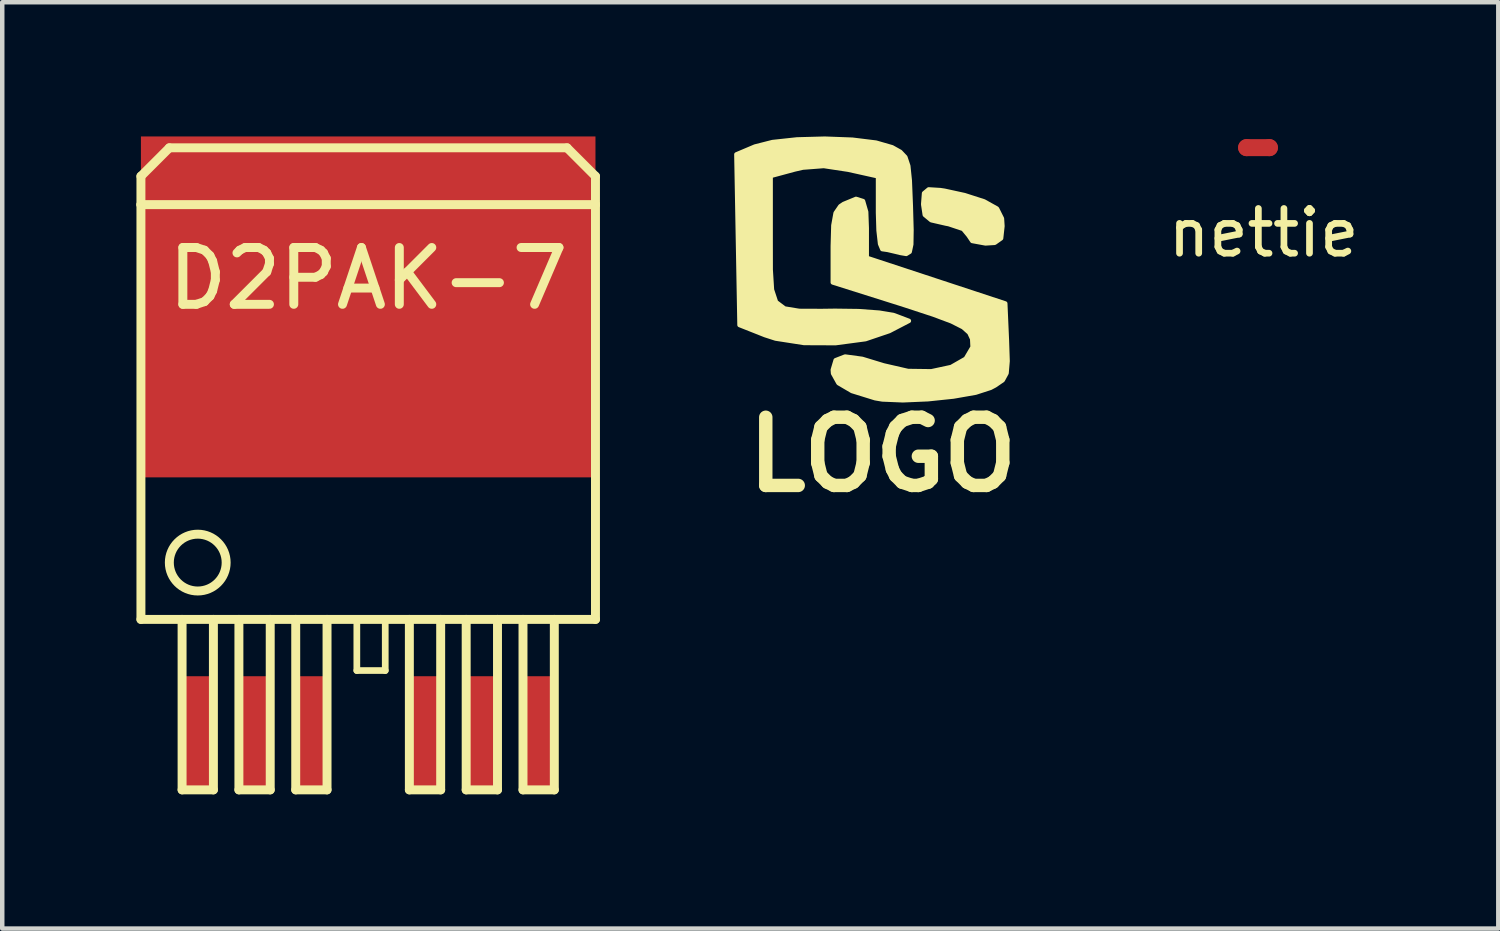
<source format=kicad_pcb>
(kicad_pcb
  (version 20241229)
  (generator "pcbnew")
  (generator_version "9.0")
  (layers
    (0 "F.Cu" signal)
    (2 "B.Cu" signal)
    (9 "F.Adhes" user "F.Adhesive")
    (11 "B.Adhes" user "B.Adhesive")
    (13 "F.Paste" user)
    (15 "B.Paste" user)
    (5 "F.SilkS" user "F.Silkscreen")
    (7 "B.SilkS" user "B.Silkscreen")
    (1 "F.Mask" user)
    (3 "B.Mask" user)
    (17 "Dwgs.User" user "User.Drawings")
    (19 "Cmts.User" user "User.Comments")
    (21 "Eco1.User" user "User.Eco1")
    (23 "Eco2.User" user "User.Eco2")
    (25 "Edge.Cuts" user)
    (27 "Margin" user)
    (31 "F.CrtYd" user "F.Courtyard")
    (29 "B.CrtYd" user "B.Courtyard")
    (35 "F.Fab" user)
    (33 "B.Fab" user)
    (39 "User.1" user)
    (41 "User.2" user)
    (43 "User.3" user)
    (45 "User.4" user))
  (footprint "D2PAK-7"
    (layer "F.Cu")
    (at 5.18 13.335)
    (property "Reference" "D2PAK-7" (at 0 -10.16 0) (layer "F.SilkS") (effects (font (size 1.27 1.27) (thickness 0.2))))
    (attr smd)
    (fp_line (start -5.08 -12.446) (end -4.445 -13.081) (stroke (width 0.2) (type solid)) (layer "F.SilkS"))
    (fp_line (start -5.08 -11.811) (end -5.08 -12.446) (stroke (width 0.2) (type solid)) (layer "F.SilkS"))
    (fp_line (start -5.08 -11.811) (end -5.08 -2.54) (stroke (width 0.2) (type solid)) (layer "F.SilkS"))
    (fp_line (start -5.08 -2.54) (end 5.08 -2.54) (stroke (width 0.2) (type solid)) (layer "F.SilkS"))
    (fp_line (start -4.445 -13.081) (end 4.445 -13.081) (stroke (width 0.2) (type solid)) (layer "F.SilkS"))
    (fp_line (start -4.16 -2.54) (end -4.16 1.27) (stroke (width 0.2) (type solid)) (layer "F.SilkS"))
    (fp_line (start -4.16 1.27) (end -3.46 1.27) (stroke (width 0.2) (type solid)) (layer "F.SilkS"))
    (fp_line (start -3.46 1.27) (end -3.46 -2.54) (stroke (width 0.2) (type solid)) (layer "F.SilkS"))
    (fp_line (start -2.89 -2.54) (end -2.89 1.27) (stroke (width 0.2) (type solid)) (layer "F.SilkS"))
    (fp_line (start -2.89 1.27) (end -2.19 1.27) (stroke (width 0.2) (type solid)) (layer "F.SilkS"))
    (fp_line (start -2.19 1.27) (end -2.19 -2.54) (stroke (width 0.2) (type solid)) (layer "F.SilkS"))
    (fp_line (start -1.62 -2.54) (end -1.62 1.27) (stroke (width 0.2) (type solid)) (layer "F.SilkS"))
    (fp_line (start -1.62 1.27) (end -0.92 1.27) (stroke (width 0.2) (type solid)) (layer "F.SilkS"))
    (fp_line (start -0.92 1.27) (end -0.92 -2.54) (stroke (width 0.2) (type solid)) (layer "F.SilkS"))
    (fp_line (start -0.254 -1.397) (end -0.254 -2.54) (stroke (width 0.15) (type solid)) (layer "F.SilkS"))
    (fp_line (start -0.254 -1.397) (end 0.381 -1.397) (stroke (width 0.15) (type solid)) (layer "F.SilkS"))
    (fp_line (start 0.381 -1.397) (end 0.381 -2.54) (stroke (width 0.15) (type solid)) (layer "F.SilkS"))
    (fp_line (start 0.92 -2.54) (end 0.92 1.27) (stroke (width 0.2) (type solid)) (layer "F.SilkS"))
    (fp_line (start 0.92 1.27) (end 1.62 1.27) (stroke (width 0.2) (type solid)) (layer "F.SilkS"))
    (fp_line (start 1.62 1.27) (end 1.62 -2.54) (stroke (width 0.2) (type solid)) (layer "F.SilkS"))
    (fp_line (start 2.19 -2.54) (end 2.19 1.27) (stroke (width 0.2) (type solid)) (layer "F.SilkS"))
    (fp_line (start 2.19 1.27) (end 2.89 1.27) (stroke (width 0.2) (type solid)) (layer "F.SilkS"))
    (fp_line (start 2.89 1.27) (end 2.89 -2.54) (stroke (width 0.2) (type solid)) (layer "F.SilkS"))
    (fp_line (start 3.46 -2.54) (end 3.46 1.27) (stroke (width 0.2) (type solid)) (layer "F.SilkS"))
    (fp_line (start 3.46 1.27) (end 4.16 1.27) (stroke (width 0.2) (type solid)) (layer "F.SilkS"))
    (fp_line (start 4.16 1.27) (end 4.16 -2.54) (stroke (width 0.2) (type solid)) (layer "F.SilkS"))
    (fp_line (start 4.445 -13.081) (end 5.08 -12.446) (stroke (width 0.2) (type solid)) (layer "F.SilkS"))
    (fp_line (start 5.08 -12.446) (end 5.08 -11.811) (stroke (width 0.2) (type solid)) (layer "F.SilkS"))
    (fp_line (start 5.08 -11.811) (end -5.08 -11.811) (stroke (width 0.2) (type solid)) (layer "F.SilkS"))
    (fp_line (start 5.08 -2.54) (end 5.08 -11.811) (stroke (width 0.2) (type solid)) (layer "F.SilkS"))
    (fp_circle (center -3.81 -3.81) (end -4.445 -3.81) (stroke (width 0.2) (type solid)) (fill no) (layer "F.SilkS"))
    (pad "1" smd rect (at 0 -9.525) (size 10.16 7.62) (layers "F.Cu" "F.Mask" "F.Paste"))
    (pad "2" smd rect (at -3.81 0) (size 0.7 2.54) (layers "F.Cu" "F.Mask" "F.Paste"))
    (pad "3" smd rect (at -2.54 0) (size 0.7 2.54) (layers "F.Cu" "F.Mask" "F.Paste"))
    (pad "3" smd rect (at -1.27 0) (size 0.7 2.54) (layers "F.Cu" "F.Mask" "F.Paste"))
    (pad "3" smd rect (at 1.27 0) (size 0.7 2.54) (layers "F.Cu" "F.Mask" "F.Paste"))
    (pad "3" smd rect (at 2.54 0) (size 0.7 2.54) (layers "F.Cu" "F.Mask" "F.Paste"))
    (pad "3" smd rect (at 3.81 0) (size 0.7 2.54) (layers "F.Cu" "F.Mask" "F.Paste")))
  (footprint "LOGO"
    (layer "F.Cu")
    (at 16.323 2.895)
    (property "Reference" "LOGO" (at 0.356 4.216 0) (layer "F.SilkS") (effects (font (size 1.524 1.524) (thickness 0.3))))
    (attr through_hole)
    (fp_poly (pts (xy 3.033 -0.891) (xy 3.003 -0.619) (xy 2.86 -0.518) (xy 2.654 -0.505) (xy 2.359 -0.559) (xy 2.275 -0.684) (xy 2.156 -0.828) (xy 1.833 -0.936) (xy 1.769 -0.948) (xy 1.443 -1.023) (xy 1.298 -1.143) (xy 1.264 -1.37) (xy 1.264 -1.393) (xy 1.282 -1.625) (xy 1.385 -1.711) (xy 1.645 -1.695) (xy 1.738 -1.681) (xy 2.187 -1.583) (xy 2.613 -1.446) (xy 2.622 -1.443) (xy 2.911 -1.282) (xy 3.022 -1.06) (xy 3.033 -0.891)) (stroke (width 0.1) (type solid)) (fill yes) (layer "F.SilkS"))
    (fp_poly (pts (xy 3.148 2.126) (xy 3.125 2.395) (xy 3.04 2.552) (xy 2.868 2.67) (xy 2.766 2.724) (xy 2.435 2.831) (xy 1.939 2.918) (xy 1.367 2.978) (xy 0.808 3.002) (xy 0.35 2.983) (xy 0.19 2.956) (xy -0.329 2.795) (xy -0.631 2.618) (xy -0.752 2.401) (xy -0.758 2.322) (xy -0.694 2.107) (xy -0.483 2.025) (xy -0.101 2.077) (xy 0.378 2.223) (xy 0.923 2.348) (xy 1.443 2.355) (xy 1.889 2.259) (xy 2.214 2.073) (xy 2.367 1.813) (xy 2.358 1.631) (xy 2.294 1.493) (xy 2.155 1.369) (xy 1.899 1.239) (xy 1.487 1.085) (xy 0.878 0.885) (xy 0.76 0.847) (xy -0.758 0.368) (xy -0.758 -0.443) (xy -0.745 -0.906) (xy -0.695 -1.182) (xy -0.59 -1.335) (xy -0.514 -1.386) (xy -0.24 -1.499) (xy -0.083 -1.45) (xy -0.013 -1.208) (xy 0 -0.849) (xy 0 -0.182) (xy 1.548 0.328) (xy 3.096 0.838) (xy 3.133 1.676) (xy 3.148 2.126)) (stroke (width 0.1) (type solid)) (fill yes) (layer "F.SilkS"))
    (fp_poly (pts (xy 1 -0.808) (xy 0.995 -0.483) (xy 0.96 -0.318) (xy 0.883 -0.27) (xy 0.753 -0.292) (xy 0.732 -0.298) (xy 0.468 -0.36) (xy 0.348 -0.377) (xy 0.299 -0.494) (xy 0.265 -0.795) (xy 0.253 -1.191) (xy 0.253 -2.004) (xy -0.411 -2.152) (xy -0.96 -2.235) (xy -1.43 -2.199) (xy -1.612 -2.157) (xy -2.148 -2.012) (xy -2.148 -0.577) (xy -2.147 0.083) (xy -2.119 0.531) (xy -2.028 0.807) (xy -1.837 0.951) (xy -1.509 1.005) (xy -1.007 1.007) (xy -0.708 1.003) (xy -0.182 1.01) (xy 0.28 1.044) (xy 0.593 1.096) (xy 0.629 1.108) (xy 0.942 1.227) (xy 0.503 1.455) (xy -0.028 1.635) (xy -0.696 1.724) (xy -1.4 1.721) (xy -2.037 1.622) (xy -2.275 1.545) (xy -2.843 1.32) (xy -2.878 -0.587) (xy -2.913 -2.494) (xy -2.499 -2.669) (xy -2.106 -2.769) (xy -1.559 -2.828) (xy -0.937 -2.845) (xy -0.321 -2.822) (xy 0.207 -2.757) (xy 0.567 -2.653) (xy 0.569 -2.652) (xy 0.75 -2.551) (xy 0.863 -2.432) (xy 0.928 -2.237) (xy 0.962 -1.908) (xy 0.983 -1.389) (xy 0.985 -1.341) (xy 1 -0.808)) (stroke (width 0.1) (type solid)) (fill yes) (layer "F.SilkS")))
  (footprint "nettie"
    (layer "F.Cu")
    (at 25.069 0.25)
    (property "Reference" "nettie" (at 0.127 1.905 0) (layer "F.SilkS") (effects (font (size 1 1) (thickness 0.15))))
    (attr through_hole)
    (fp_line (start -0.254 0) (end 0.254 0) (stroke (width 0.381) (type solid)) (layer "F.Cu"))
    (pad "1" smd circle (at -0.254 0) (size 0.381 0.381) (layers "F.Cu"))
    (pad "2" smd circle (at 0.254 0) (size 0.381 0.381) (layers "F.Cu")))
  (gr_rect
    (start -3 -3)
    (end 30.44 17.705)
    (stroke (width 0.1) (type default))
    (fill no)
    (layer "Edge.Cuts")))
</source>
